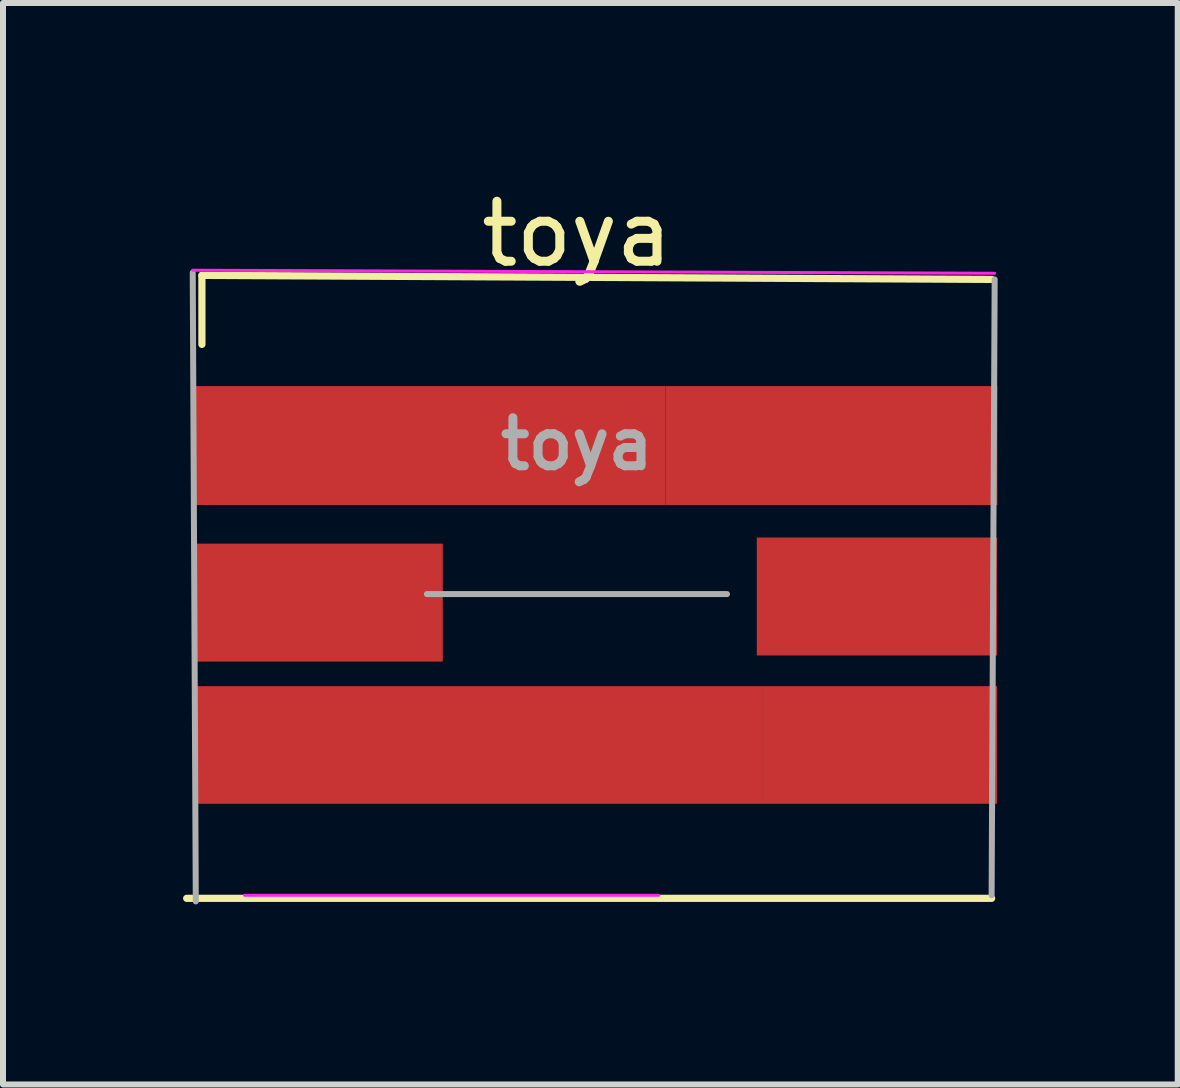
<source format=kicad_pcb>
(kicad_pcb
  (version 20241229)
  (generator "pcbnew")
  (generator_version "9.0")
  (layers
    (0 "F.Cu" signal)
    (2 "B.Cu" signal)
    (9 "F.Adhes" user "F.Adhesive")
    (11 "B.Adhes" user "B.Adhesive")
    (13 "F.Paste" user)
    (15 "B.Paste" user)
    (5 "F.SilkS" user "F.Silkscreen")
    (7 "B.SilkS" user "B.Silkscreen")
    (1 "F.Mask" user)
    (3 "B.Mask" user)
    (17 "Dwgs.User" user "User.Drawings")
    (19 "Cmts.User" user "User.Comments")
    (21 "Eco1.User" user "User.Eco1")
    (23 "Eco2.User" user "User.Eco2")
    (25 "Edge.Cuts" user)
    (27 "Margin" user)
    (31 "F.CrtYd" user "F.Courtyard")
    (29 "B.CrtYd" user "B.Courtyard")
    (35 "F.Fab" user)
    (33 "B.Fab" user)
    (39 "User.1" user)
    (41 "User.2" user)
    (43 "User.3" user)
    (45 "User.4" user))
  (footprint "toya"
    (layer "F.Cu")
    (at 6.562 4.348)
    (property "Reference" "toya" (at 0 -3.5 0) (layer "F.SilkS") (effects (font (size 1 1) (thickness 0.15))))
    (attr smd)
    (fp_line (start -6.502 7.569) (end 6.909 7.569) (stroke (width 0.12) (type solid)) (layer "F.SilkS"))
    (fp_line (start -6.248 -2.81) (end 6.909 -2.743) (stroke (width 0.12) (type solid)) (layer "F.SilkS"))
    (fp_line (start -6.248 -1.66) (end -6.248 -2.81) (stroke (width 0.12) (type solid)) (layer "F.SilkS"))
    (fp_line (start -5.537 7.518) (end 1.363 7.518) (stroke (width 0.05) (type solid)) (layer "F.CrtYd"))
    (fp_line (start 6.96 -2.845) (end -6.401 -2.896) (stroke (width 0.05) (type solid)) (layer "F.CrtYd"))
    (fp_line (start -6.35 7.62) (end -6.401 -2.856) (stroke (width 0.1) (type solid)) (layer "F.Fab"))
    (fp_line (start 2.5 2.5) (end -2.5 2.5) (stroke (width 0.1) (type solid)) (layer "F.Fab"))
    (fp_line (start 6.96 -2.743) (end 6.909 7.518) (stroke (width 0.1) (type solid)) (layer "F.Fab"))
    (fp_text user "${REFERENCE}" (at 0 0 0) (layer "F.Fab") (effects (font (size 0.8 0.8) (thickness 0.15))))
    (pad "1" smd rect (at -2.438 0.025) (size 7.823 1.981) (layers "F.Cu" "F.Mask" "F.Paste"))
    (pad "2" smd rect (at -4.288 2.642) (size 4.106 1.965) (layers "F.Cu" "F.Mask" "F.Paste"))
    (pad "3" smd rect (at -1.62 5.014) (size 9.438 1.96) (layers "F.Cu" "F.Mask" "F.Paste"))
    (pad "4" smd rect (at 4.239 0.025) (size 5.531 1.981) (layers "F.Cu" "F.Mask" "F.Paste"))
    (pad "5" smd rect (at 4.999 2.54) (size 4.004 1.965) (layers "F.Cu" "F.Mask" "F.Paste"))
    (pad "6" smd rect (at 5.049 5.014) (size 3.901 1.96) (layers "F.Cu" "F.Mask" "F.Paste")))
  (gr_rect
    (start -3 -3)
    (end 16.572 15.018)
    (stroke (width 0.1) (type default))
    (fill no)
    (layer "Edge.Cuts")))
</source>
